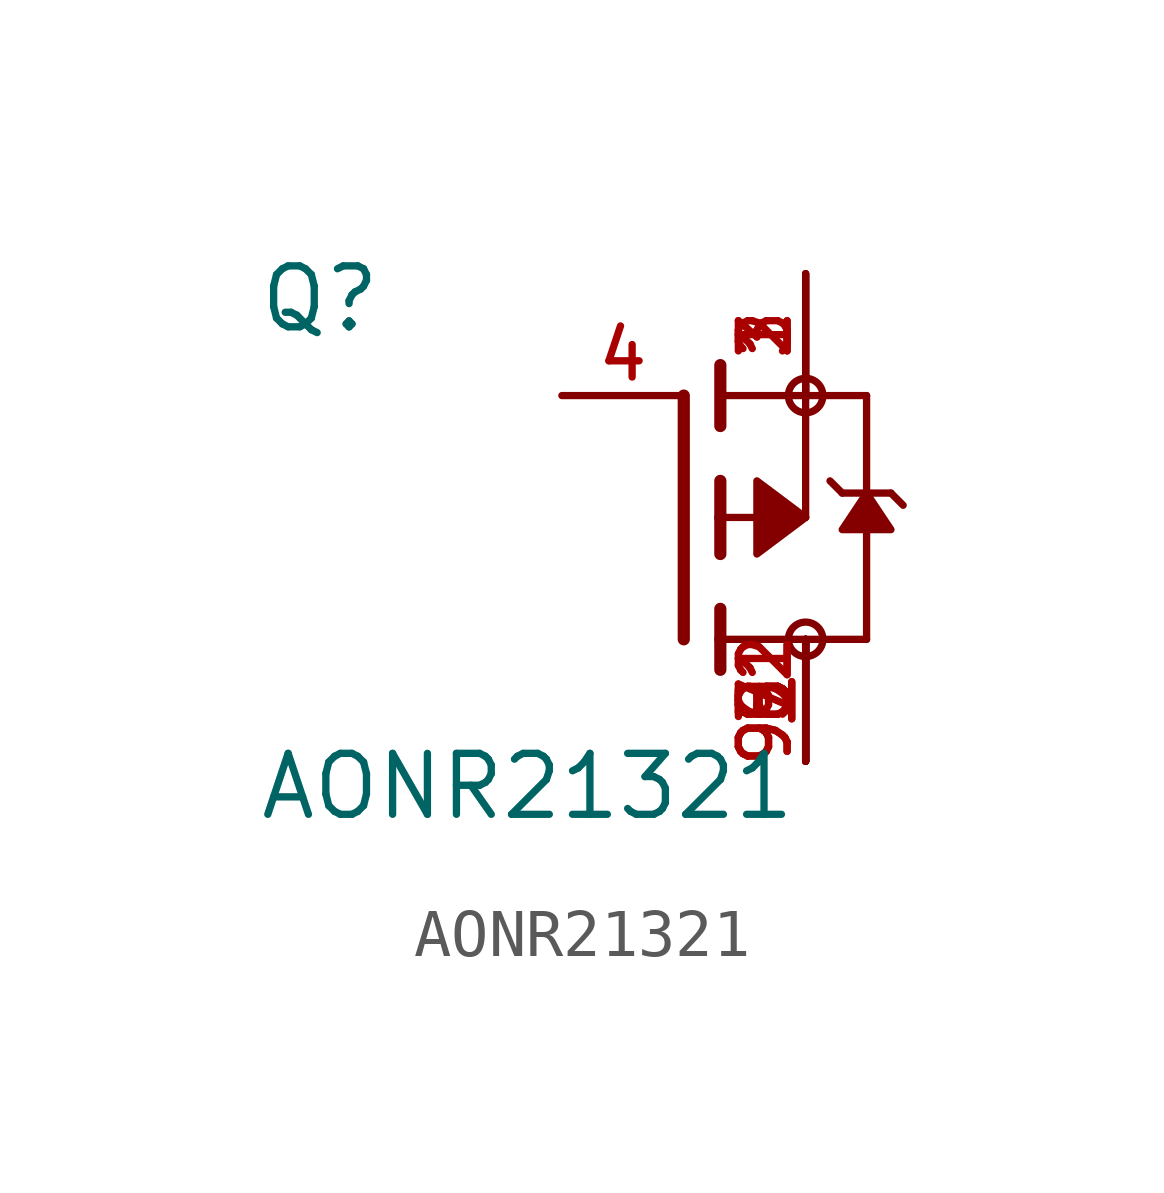
<source format=kicad_sym>
(kicad_symbol_lib
  (version 20211014)
  (generator kicad_symbol_editor)
  (symbol "AONR21321"
    (pin_names
      (offset 1.016))
    (property "Reference" "Q"
      (at -8.89 3.81 0)
      (effects (font (size 1.27 1.27)) (justify bottom left)))
    (property "Value" "AONR21321"
      (at -8.89 -6.35 0)
      (effects (font (size 1.27 1.27)) (justify bottom left)))
    (symbol "AONR21321_0_0"
      (polyline (pts (xy 0.762 -0.762) (xy 0.762 0.0)) (stroke (width 0.254)))
      (polyline (pts (xy 0.762 0.0) (xy 0.762 0.762)) (stroke (width 0.254)))
      (polyline (pts (xy 0.762 -3.175) (xy 0.762 -2.54)) (stroke (width 0.254)))
      (polyline (pts (xy 0.762 -2.54) (xy 0.762 -1.905)) (stroke (width 0.254)))
      (polyline (pts (xy 0.762 0.0) (xy 2.54 0.0)) (stroke (width 0.152)))
      (polyline (pts (xy 2.54 0.0) (xy 2.54 2.54)) (stroke (width 0.152)))
      (polyline (pts (xy 0.762 1.905) (xy 0.762 3.175)) (stroke (width 0.254)))
      (polyline (pts (xy 0.0 -2.54) (xy 0.0 2.54)) (stroke (width 0.254)))
      (polyline (pts (xy 3.81 2.54) (xy 0.762 2.54)) (stroke (width 0.152)))
      (polyline (pts (xy 3.81 -2.54) (xy 3.81 0.508)) (stroke (width 0.152)))
      (polyline (pts (xy 3.81 0.508) (xy 3.81 2.54)) (stroke (width 0.152)))
      (polyline (pts (xy 0.762 -2.54) (xy 3.81 -2.54)) (stroke (width 0.152)))
      (polyline (pts (xy 3.048 0.762) (xy 3.302 0.508)) (stroke (width 0.152)))
      (polyline (pts (xy 3.302 0.508) (xy 3.81 0.508)) (stroke (width 0.152)))
      (polyline (pts (xy 3.81 0.508) (xy 4.318 0.508)) (stroke (width 0.152)))
      (polyline (pts (xy 4.318 0.508) (xy 4.572 0.254)) (stroke (width 0.152)))
      (circle (center 2.54 2.54) (radius 0.359) (stroke (width 0.0)) (fill (type none)))
      (circle (center 2.54 -2.54) (radius 0.359) (stroke (width 0.0)) (fill (type none)))
      (polyline (pts (xy 3.81 0.508) (xy 4.318 -0.254) (xy 3.302 -0.254) (xy 3.81 0.508)) (stroke (width 0.152)) (fill (type outline)))
      (polyline (pts (xy 2.54 0.0) (xy 1.524 0.762) (xy 1.524 -0.762) (xy 2.54 0.0)) (stroke (width 0.152)) (fill (type outline)))
      (pin passive line (at 2.54 5.08 270.0) (length 2.54) (name "~" (effects (font (size 1.016 1.016)))) (number "1" (effects (font (size 1.016 1.016)))))
      (pin passive line (at -2.54 2.54 0) (length 2.54) (name "~" (effects (font (size 1.016 1.016)))) (number "4" (effects (font (size 1.016 1.016)))))
      (pin passive line (at 2.54 -5.08 90.0) (length 2.54) (name "~" (effects (font (size 1.016 1.016)))) (number "5" (effects (font (size 1.016 1.016)))))
      (pin passive line (at 2.54 5.08 270.0) (length 2.54) (name "~" (effects (font (size 1.016 1.016)))) (number "2" (effects (font (size 1.016 1.016)))))
      (pin passive line (at 2.54 5.08 270.0) (length 2.54) (name "~" (effects (font (size 1.016 1.016)))) (number "3" (effects (font (size 1.016 1.016)))))
      (pin passive line (at 2.54 -5.08 90.0) (length 2.54) (name "~" (effects (font (size 1.016 1.016)))) (number "6" (effects (font (size 1.016 1.016)))))
      (pin passive line (at 2.54 -5.08 90.0) (length 2.54) (name "~" (effects (font (size 1.016 1.016)))) (number "7" (effects (font (size 1.016 1.016)))))
      (pin passive line (at 2.54 -5.08 90.0) (length 2.54) (name "~" (effects (font (size 1.016 1.016)))) (number "8" (effects (font (size 1.016 1.016)))))
      (pin passive line (at 2.54 -5.08 90.0) (length 2.54) (name "~" (effects (font (size 1.016 1.016)))) (number "9" (effects (font (size 1.016 1.016)))))
      (pin passive line (at 2.54 -5.08 90.0) (length 2.54) (name "~" (effects (font (size 1.016 1.016)))) (number "9_1" (effects (font (size 1.016 1.016)))))
      (pin passive line (at 2.54 -5.08 90.0) (length 2.54) (name "~" (effects (font (size 1.016 1.016)))) (number "9_2" (effects (font (size 1.016 1.016))))))))
</source>
